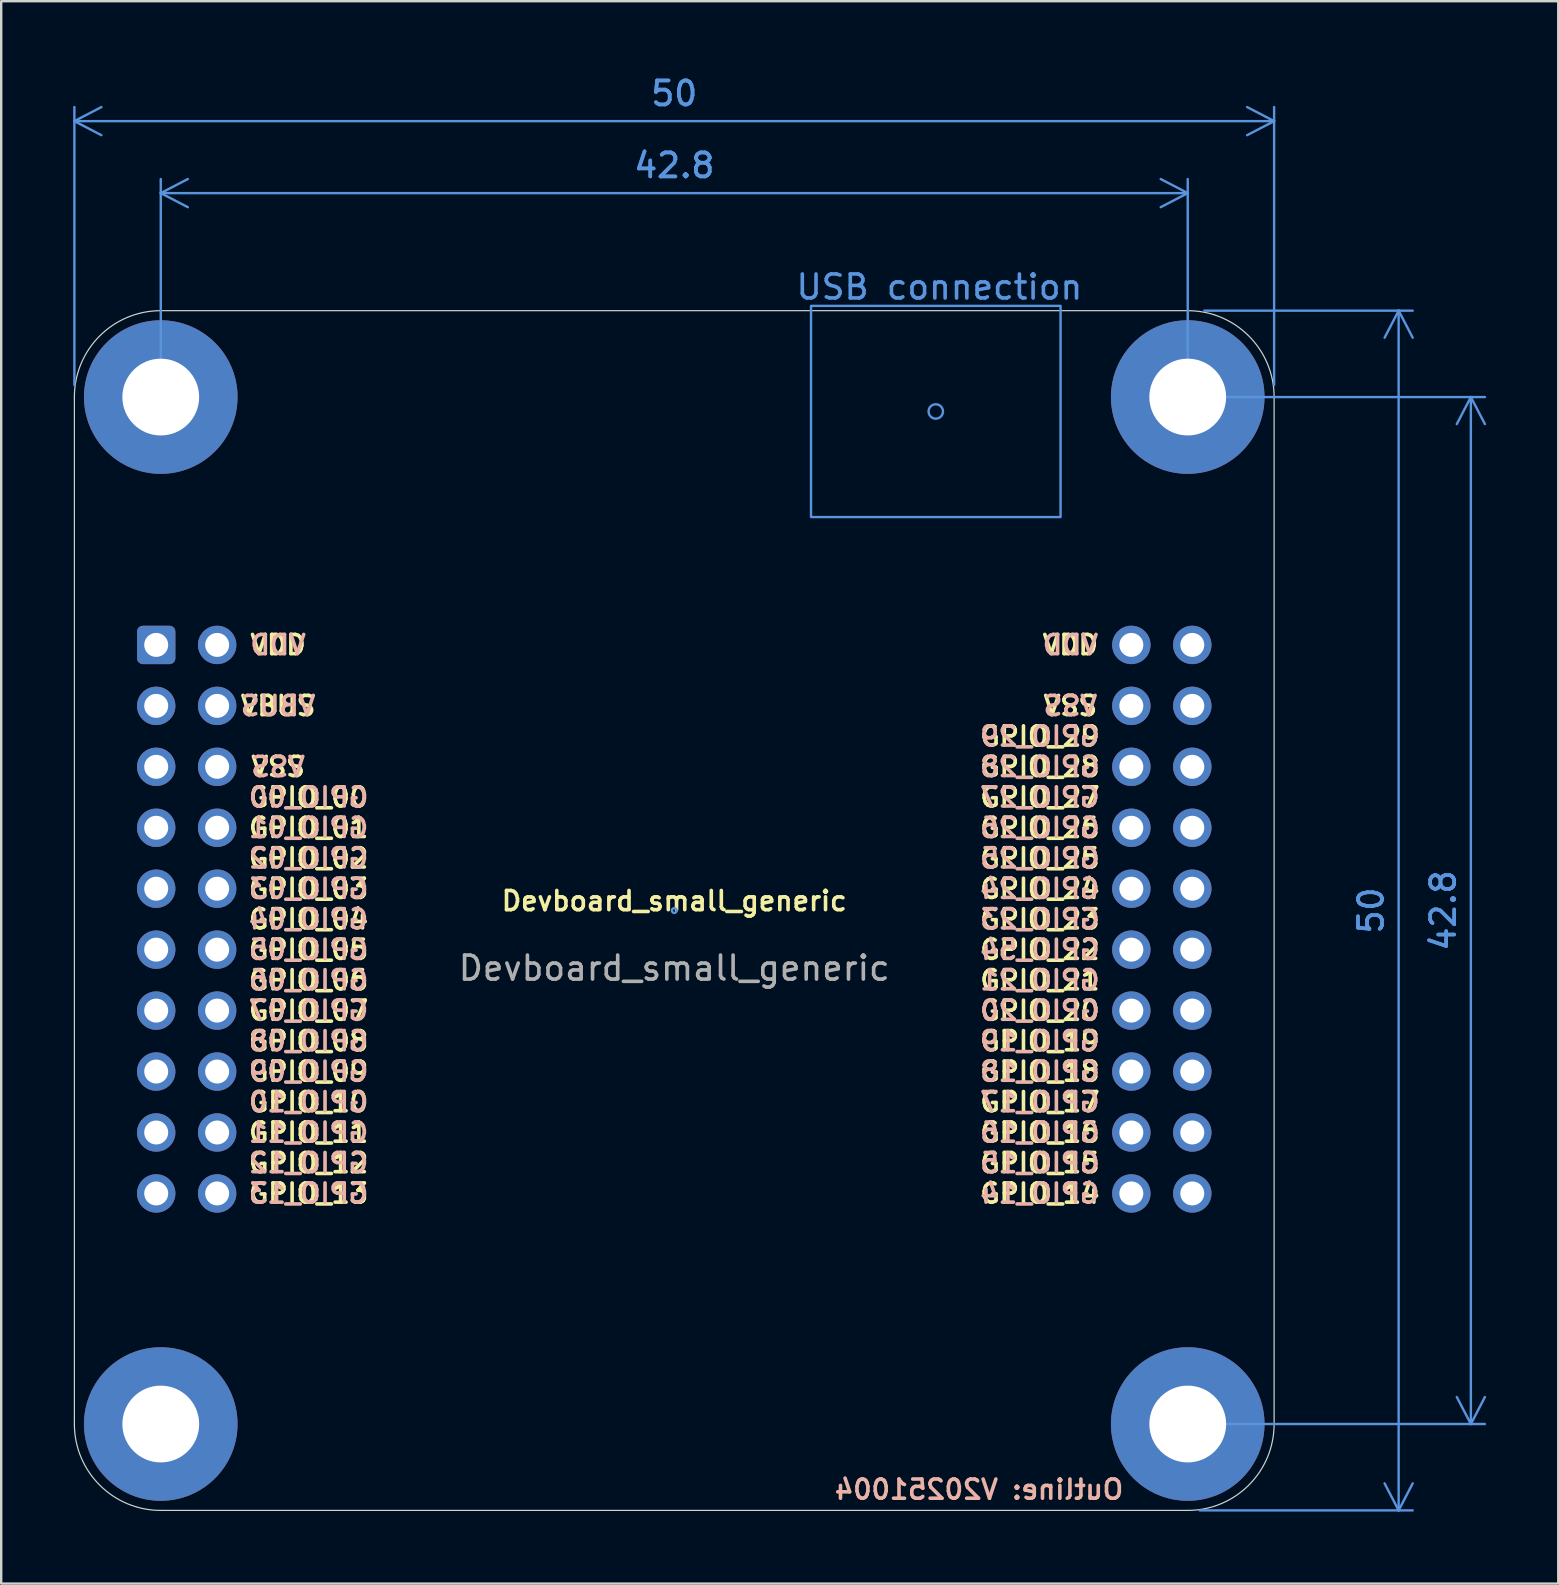
<source format=kicad_pcb>
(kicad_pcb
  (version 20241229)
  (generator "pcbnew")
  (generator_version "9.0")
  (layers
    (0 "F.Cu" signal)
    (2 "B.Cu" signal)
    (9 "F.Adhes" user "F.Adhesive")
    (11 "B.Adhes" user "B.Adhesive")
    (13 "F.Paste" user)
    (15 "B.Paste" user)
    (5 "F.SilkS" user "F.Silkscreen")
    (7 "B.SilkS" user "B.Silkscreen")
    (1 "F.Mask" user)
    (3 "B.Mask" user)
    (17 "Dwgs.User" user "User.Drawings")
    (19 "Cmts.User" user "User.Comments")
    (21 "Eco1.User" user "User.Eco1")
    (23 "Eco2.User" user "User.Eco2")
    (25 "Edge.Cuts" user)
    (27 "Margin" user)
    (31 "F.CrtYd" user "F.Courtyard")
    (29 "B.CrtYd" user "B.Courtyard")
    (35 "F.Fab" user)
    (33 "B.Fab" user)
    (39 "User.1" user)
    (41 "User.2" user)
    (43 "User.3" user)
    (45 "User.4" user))
  (footprint "Devboard_small_generic"
    (layer "F.Cu")
    (at 25.05 34.898)
    (property "Reference" "Devboard_small_generic" (at 0 -0.4 0) (unlocked yes) (layer "F.SilkS") (effects (font (size 0.8 0.8) (thickness 0.15))))
    (fp_rect (start 5.7 -25.2) (end 16.1 -16.4) (stroke (width 0.1) (type solid)) (fill no) (layer "Cmts.User"))
    (fp_circle (center 0 0) (end 0.1 0) (stroke (width 0.1) (type default)) (fill no) (layer "Cmts.User"))
    (fp_circle (center 10.9 -20.8) (end 11.2 -20.8) (stroke (width 0.1) (type default)) (fill no) (layer "Cmts.User"))
    (fp_line (start -25 21.4) (end -25 -21.4) (stroke (width 0.05) (type solid)) (layer "Edge.Cuts"))
    (fp_line (start -21.4 -25) (end 21.4 -25) (stroke (width 0.05) (type solid)) (layer "Edge.Cuts"))
    (fp_line (start 21.4 25) (end -21.4 25) (stroke (width 0.05) (type solid)) (layer "Edge.Cuts"))
    (fp_line (start 25 -21.4) (end 25 21.4) (stroke (width 0.05) (type solid)) (layer "Edge.Cuts"))
    (fp_arc (start -25 -21.4) (mid -23.945584 -23.945584) (end -21.4 -25) (stroke (width 0.05) (type solid)) (layer "Edge.Cuts"))
    (fp_arc (start -21.4 25) (mid -23.945584 23.945584) (end -25 21.4) (stroke (width 0.05) (type solid)) (layer "Edge.Cuts"))
    (fp_arc (start 21.4 -25) (mid 23.945584 -23.945584) (end 25 -21.4) (stroke (width 0.05) (type solid)) (layer "Edge.Cuts"))
    (fp_arc (start 25 21.4) (mid 23.945584 23.945584) (end 21.4 25) (stroke (width 0.05) (type solid)) (layer "Edge.Cuts"))
    (fp_text user "GPIO_01" (at -15.24 -3.45 0) (unlocked yes) (layer "F.SilkS") (effects (font (size 0.8 0.8) (thickness 0.15) (bold yes))))
    (fp_text user "GPIO_02" (at -15.24 -2.18 0) (unlocked yes) (layer "F.SilkS") (effects (font (size 0.8 0.8) (thickness 0.15) (bold yes))))
    (fp_text user "GPIO_12" (at -15.24 10.52 0) (unlocked yes) (layer "F.SilkS") (effects (font (size 0.8 0.8) (thickness 0.15) (bold yes))))
    (fp_text user "VSS" (at -16.51 -5.99 0) (unlocked yes) (layer "F.SilkS") (effects (font (size 0.8 0.8) (thickness 0.15) (bold yes))))
    (fp_text user "VDD" (at 16.51 -11.07 0) (unlocked yes) (layer "F.SilkS") (effects (font (size 0.8 0.8) (thickness 0.15) (bold yes))))
    (fp_text user "GPIO_23" (at 15.24 0.36 0) (unlocked yes) (layer "F.SilkS") (effects (font (size 0.8 0.8) (thickness 0.15) (bold yes))))
    (fp_text user "GPIO_16" (at 15.24 9.25 0) (unlocked yes) (layer "F.SilkS") (effects (font (size 0.8 0.8) (thickness 0.15) (bold yes))))
    (fp_text user "GPIO_04" (at -15.24 0.36 0) (unlocked yes) (layer "F.SilkS") (effects (font (size 0.8 0.8) (thickness 0.15) (bold yes))))
    (fp_text user "GPIO_22" (at 15.24 1.63 0) (unlocked yes) (layer "F.SilkS") (effects (font (size 0.8 0.8) (thickness 0.15) (bold yes))))
    (fp_text user "GPIO_18" (at 15.24 6.71 0) (unlocked yes) (layer "F.SilkS") (effects (font (size 0.8 0.8) (thickness 0.15) (bold yes))))
    (fp_text user "GPIO_03" (at -15.24 -0.91 0) (unlocked yes) (layer "F.SilkS") (effects (font (size 0.8 0.8) (thickness 0.15) (bold yes))))
    (fp_text user "GPIO_14" (at 15.24 11.79 0) (unlocked yes) (layer "F.SilkS") (effects (font (size 0.8 0.8) (thickness 0.15) (bold yes))))
    (fp_text user "GPIO_25" (at 15.24 -2.18 0) (unlocked yes) (layer "F.SilkS") (effects (font (size 0.8 0.8) (thickness 0.15) (bold yes))))
    (fp_text user "GPIO_15" (at 15.24 10.52 0) (unlocked yes) (layer "F.SilkS") (effects (font (size 0.8 0.8) (thickness 0.15) (bold yes))))
    (fp_text user "GPIO_13" (at -15.24 11.79 0) (unlocked yes) (layer "F.SilkS") (effects (font (size 0.8 0.8) (thickness 0.15) (bold yes))))
    (fp_text user "GPIO_26" (at 15.24 -3.45 0) (unlocked yes) (layer "F.SilkS") (effects (font (size 0.8 0.8) (thickness 0.15) (bold yes))))
    (fp_text user "GPIO_21" (at 15.24 2.9 0) (unlocked yes) (layer "F.SilkS") (effects (font (size 0.8 0.8) (thickness 0.15) (bold yes))))
    (fp_text user "GPIO_20" (at 15.24 4.17 0) (unlocked yes) (layer "F.SilkS") (effects (font (size 0.8 0.8) (thickness 0.15) (bold yes))))
    (fp_text user "GPIO_09" (at -15.24 6.71 0) (unlocked yes) (layer "F.SilkS") (effects (font (size 0.8 0.8) (thickness 0.15) (bold yes))))
    (fp_text user "VSS" (at 16.51 -8.53 0) (unlocked yes) (layer "F.SilkS") (effects (font (size 0.8 0.8) (thickness 0.15) (bold yes))))
    (fp_text user "GPIO_27" (at 15.24 -4.72 0) (unlocked yes) (layer "F.SilkS") (effects (font (size 0.8 0.8) (thickness 0.15) (bold yes))))
    (fp_text user "GPIO_05" (at -15.24 1.63 0) (unlocked yes) (layer "F.SilkS") (effects (font (size 0.8 0.8) (thickness 0.15) (bold yes))))
    (fp_text user "GPIO_06" (at -15.24 2.9 0) (unlocked yes) (layer "F.SilkS") (effects (font (size 0.8 0.8) (thickness 0.15) (bold yes))))
    (fp_text user "GPIO_08" (at -15.24 5.44 0) (unlocked yes) (layer "F.SilkS") (effects (font (size 0.8 0.8) (thickness 0.15) (bold yes))))
    (fp_text user "GPIO_17" (at 15.24 7.98 0) (unlocked yes) (layer "F.SilkS") (effects (font (size 0.8 0.8) (thickness 0.15) (bold yes))))
    (fp_text user "GPIO_24" (at 15.24 -0.91 0) (unlocked yes) (layer "F.SilkS") (effects (font (size 0.8 0.8) (thickness 0.15) (bold yes))))
    (fp_text user "GPIO_07" (at -15.24 4.17 0) (unlocked yes) (layer "F.SilkS") (effects (font (size 0.8 0.8) (thickness 0.15) (bold yes))))
    (fp_text user "GPIO_29" (at 15.24 -7.26 0) (unlocked yes) (layer "F.SilkS") (effects (font (size 0.8 0.8) (thickness 0.15) (bold yes))))
    (fp_text user "GPIO_11" (at -15.24 9.25 0) (unlocked yes) (layer "F.SilkS") (effects (font (size 0.8 0.8) (thickness 0.15) (bold yes))))
    (fp_text user "GPIO_28" (at 15.24 -5.99 0) (unlocked yes) (layer "F.SilkS") (effects (font (size 0.8 0.8) (thickness 0.15) (bold yes))))
    (fp_text user "VBUS" (at -16.51 -8.53 0) (unlocked yes) (layer "F.SilkS") (effects (font (size 0.8 0.8) (thickness 0.15) (bold yes))))
    (fp_text user "GPIO_19" (at 15.24 5.44 0) (unlocked yes) (layer "F.SilkS") (effects (font (size 0.8 0.8) (thickness 0.15) (bold yes))))
    (fp_text user "VDD" (at -16.51 -11.07 0) (unlocked yes) (layer "F.SilkS") (effects (font (size 0.8 0.8) (thickness 0.15) (bold yes))))
    (fp_text user "GPIO_00" (at -15.24 -4.72 0) (unlocked yes) (layer "F.SilkS") (effects (font (size 0.8 0.8) (thickness 0.15) (bold yes))))
    (fp_text user "GPIO_10" (at -15.24 7.98 0) (unlocked yes) (layer "F.SilkS") (effects (font (size 0.8 0.8) (thickness 0.15) (bold yes))))
    (fp_text user "GPIO_54" (at 15.24 1.63 0) (unlocked yes) (layer "B.SilkS") (effects (font (size 0.8 0.8) (thickness 0.15) (bold yes)) (justify mirror)))
    (fp_text user "GPIO_00" (at -15.24 -4.72 0) (unlocked yes) (layer "B.SilkS") (effects (font (size 0.8 0.8) (thickness 0.15) (bold yes)) (justify mirror)))
    (fp_text user "GPIO_29" (at 15.24 -7.26 0) (unlocked yes) (layer "B.SilkS") (effects (font (size 0.8 0.8) (thickness 0.15) (bold yes)) (justify mirror)))
    (fp_text user "GPIO_21" (at 15.24 2.9 0) (unlocked yes) (layer "B.SilkS") (effects (font (size 0.8 0.8) (thickness 0.15) (bold yes)) (justify mirror)))
    (fp_text user "GPIO_26" (at 15.24 -3.45 0) (unlocked yes) (layer "B.SilkS") (effects (font (size 0.8 0.8) (thickness 0.15) (bold yes)) (justify mirror)))
    (fp_text user "GPIO_13" (at -15.24 11.79 0) (unlocked yes) (layer "B.SilkS") (effects (font (size 0.8 0.8) (thickness 0.15) (bold yes)) (justify mirror)))
    (fp_text user "GPIO_19" (at 15.24 5.44 0) (unlocked yes) (layer "B.SilkS") (effects (font (size 0.8 0.8) (thickness 0.15) (bold yes)) (justify mirror)))
    (fp_text user "GPIO_23" (at 15.24 0.36 0) (unlocked yes) (layer "B.SilkS") (effects (font (size 0.8 0.8) (thickness 0.15) (bold yes)) (justify mirror)))
    (fp_text user "GPIO_01" (at -15.24 -3.45 0) (unlocked yes) (layer "B.SilkS") (effects (font (size 0.8 0.8) (thickness 0.15) (bold yes)) (justify mirror)))
    (fp_text user "GPIO_18" (at 15.24 6.71 0) (unlocked yes) (layer "B.SilkS") (effects (font (size 0.8 0.8) (thickness 0.15) (bold yes)) (justify mirror)))
    (fp_text user "GPIO_08" (at -15.24 5.44 0) (unlocked yes) (layer "B.SilkS") (effects (font (size 0.8 0.8) (thickness 0.15) (bold yes)) (justify mirror)))
    (fp_text user "GPIO_17" (at 15.24 7.98 0) (unlocked yes) (layer "B.SilkS") (effects (font (size 0.8 0.8) (thickness 0.15) (bold yes)) (justify mirror)))
    (fp_text user "GPIO_20" (at 15.24 4.17 0) (unlocked yes) (layer "B.SilkS") (effects (font (size 0.8 0.8) (thickness 0.15) (bold yes)) (justify mirror)))
    (fp_text user "GPIO_09" (at -15.24 6.71 0) (unlocked yes) (layer "B.SilkS") (effects (font (size 0.8 0.8) (thickness 0.15) (bold yes)) (justify mirror)))
    (fp_text user "VDD" (at -16.51 -11.07 0) (unlocked yes) (layer "B.SilkS") (effects (font (size 0.8 0.8) (thickness 0.15) (bold yes)) (justify mirror)))
    (fp_text user "GPIO_16" (at 15.24 9.25 0) (unlocked yes) (layer "B.SilkS") (effects (font (size 0.8 0.8) (thickness 0.15) (bold yes)) (justify mirror)))
    (fp_text user "GPIO_28" (at 15.24 -5.99 0) (unlocked yes) (layer "B.SilkS") (effects (font (size 0.8 0.8) (thickness 0.15) (bold yes)) (justify mirror)))
    (fp_text user "GPIO_27" (at 15.24 -4.72 0) (unlocked yes) (layer "B.SilkS") (effects (font (size 0.8 0.8) (thickness 0.15) (bold yes)) (justify mirror)))
    (fp_text user "GPIO_02" (at -15.24 -2.18 0) (unlocked yes) (layer "B.SilkS") (effects (font (size 0.8 0.8) (thickness 0.15) (bold yes)) (justify mirror)))
    (fp_text user "GPIO_07" (at -15.24 4.17 0) (unlocked yes) (layer "B.SilkS") (effects (font (size 0.8 0.8) (thickness 0.15) (bold yes)) (justify mirror)))
    (fp_text user "GPIO_06" (at -15.24 2.9 0) (unlocked yes) (layer "B.SilkS") (effects (font (size 0.8 0.8) (thickness 0.15) (bold yes)) (justify mirror)))
    (fp_text user "GPIO_03" (at -15.24 -0.91 0) (unlocked yes) (layer "B.SilkS") (effects (font (size 0.8 0.8) (thickness 0.15) (bold yes)) (justify mirror)))
    (fp_text user "GPIO_15" (at 15.24 10.52 0) (unlocked yes) (layer "B.SilkS") (effects (font (size 0.8 0.8) (thickness 0.15) (bold yes)) (justify mirror)))
    (fp_text user "VSS" (at 16.51 -8.53 0) (unlocked yes) (layer "B.SilkS") (effects (font (size 0.8 0.8) (thickness 0.15) (bold yes)) (justify mirror)))
    (fp_text user "VSS" (at -16.51 -5.99 0) (unlocked yes) (layer "B.SilkS") (effects (font (size 0.8 0.8) (thickness 0.15) (bold yes)) (justify mirror)))
    (fp_text user "Outline: V20251004" (at 12.7 24.13 0) (unlocked yes) (layer "B.SilkS") (effects (font (size 0.8 0.8) (thickness 0.15) (bold yes)) (justify mirror)))
    (fp_text user "GPIO_25" (at 15.24 -2.18 0) (unlocked yes) (layer "B.SilkS") (effects (font (size 0.8 0.8) (thickness 0.15) (bold yes)) (justify mirror)))
    (fp_text user "GPIO_04" (at -15.24 0.36 0) (unlocked yes) (layer "B.SilkS") (effects (font (size 0.8 0.8) (thickness 0.15) (bold yes)) (justify mirror)))
    (fp_text user "GPIO_12" (at -15.24 10.52 0) (unlocked yes) (layer "B.SilkS") (effects (font (size 0.8 0.8) (thickness 0.15) (bold yes)) (justify mirror)))
    (fp_text user "GPIO_11" (at -15.24 9.25 0) (unlocked yes) (layer "B.SilkS") (effects (font (size 0.8 0.8) (thickness 0.15) (bold yes)) (justify mirror)))
    (fp_text user "GPIO_24" (at 15.24 -0.91 0) (unlocked yes) (layer "B.SilkS") (effects (font (size 0.8 0.8) (thickness 0.15) (bold yes)) (justify mirror)))
    (fp_text user "GPIO_10" (at -15.24 7.98 0) (unlocked yes) (layer "B.SilkS") (effects (font (size 0.8 0.8) (thickness 0.15) (bold yes)) (justify mirror)))
    (fp_text user "GPIO_05" (at -15.24 1.63 0) (unlocked yes) (layer "B.SilkS") (effects (font (size 0.8 0.8) (thickness 0.15) (bold yes)) (justify mirror)))
    (fp_text user "GPIO_14" (at 15.24 11.79 0) (unlocked yes) (layer "B.SilkS") (effects (font (size 0.8 0.8) (thickness 0.15) (bold yes)) (justify mirror)))
    (fp_text user "VDD" (at 16.51 -11.07 0) (unlocked yes) (layer "B.SilkS") (effects (font (size 0.8 0.8) (thickness 0.15) (bold yes)) (justify mirror)))
    (fp_text user "VBUS" (at -16.51 -8.53 0) (unlocked yes) (layer "B.SilkS") (effects (font (size 0.8 0.8) (thickness 0.15) (bold yes)) (justify mirror)))
    (fp_text user "USB connection" (at 5 -25.4 0) (unlocked yes) (layer "Cmts.User") (effects (font (size 1 1) (thickness 0.15)) (justify left bottom)))
    (fp_text user "${REFERENCE}" (at 0 2.4 0) (unlocked yes) (layer "F.Fab") (effects (font (size 1 1) (thickness 0.15))))
    (dimension (type orthogonal) (layer "Cmts.User") (pts (xy 46.64 9.898) (xy 46.45 59.898)) (height 8.6) (orientation 1) (format (prefix "") (suffix "") (units 3) (units_format 0) (precision 4) (suppress_zeroes yes)) (style (thickness 0.1) (arrow_length 1.27) (text_position_mode 0) (arrow_direction outward) (extension_height 0.586) (extension_offset 0.5) (keep_text_aligned yes)) (gr_text "50" (at 54.09 34.898 90) (layer "Cmts.User") (effects (font (size 1 1) (thickness 0.15)))))
    (dimension (type orthogonal) (layer "Cmts.User") (pts (xy 3.65 13.498) (xy 46.45 13.498)) (height -8.5) (orientation 0) (format (prefix "") (suffix "") (units 3) (units_format 0) (precision 4) (suppress_zeroes yes)) (style (thickness 0.1) (arrow_length 1.27) (text_position_mode 0) (arrow_direction outward) (extension_height 0.586) (extension_offset 0.5) (keep_text_aligned yes)) (gr_text "42.8" (at 25.05 3.848 0) (layer "Cmts.User") (effects (font (size 1 1) (thickness 0.15)))))
    (dimension (type orthogonal) (layer "Cmts.User") (pts (xy 46.45 56.298) (xy 46.45 13.498)) (height 11.8) (orientation 1) (format (prefix "") (suffix "") (units 3) (units_format 0) (precision 4) (suppress_zeroes yes)) (style (thickness 0.1) (arrow_length 1.27) (text_position_mode 0) (arrow_direction outward) (extension_height 0.586) (extension_offset 0.5) (keep_text_aligned yes)) (gr_text "42.8" (at 57.1 34.898 90) (layer "Cmts.User") (effects (font (size 1 1) (thickness 0.15)))))
    (dimension (type orthogonal) (layer "Cmts.User") (pts (xy 0.05 13.498) (xy 50.05 13.498)) (height -11.5) (orientation 0) (format (prefix "") (suffix "") (units 3) (units_format 0) (precision 4) (suppress_zeroes yes)) (style (thickness 0.1) (arrow_length 1.27) (text_position_mode 0) (arrow_direction outward) (extension_height 0.586) (extension_offset 0.5) (keep_text_aligned yes)) (gr_text "50" (at 25.05 0.848 0) (layer "Cmts.User") (effects (font (size 1 1) (thickness 0.15)))))
    (pad "1" thru_hole roundrect (at -21.59 -11.07) (size 1.6 1.6) (drill 1) (layers "*.Cu" "*.Mask") (roundrect_rratio 0.15))
    (pad "2" thru_hole circle (at -19.05 -11.07) (size 1.6 1.6) (drill 1) (layers "*.Cu" "*.Mask"))
    (pad "3" thru_hole circle (at -21.59 -8.53) (size 1.6 1.6) (drill 1) (layers "*.Cu" "*.Mask"))
    (pad "4" thru_hole circle (at -19.05 -8.53) (size 1.6 1.6) (drill 1) (layers "*.Cu" "*.Mask"))
    (pad "5" thru_hole circle (at -21.59 -5.99) (size 1.6 1.6) (drill 1) (layers "*.Cu" "*.Mask"))
    (pad "6" thru_hole circle (at -19.05 -5.99) (size 1.6 1.6) (drill 1) (layers "*.Cu" "*.Mask"))
    (pad "7" thru_hole circle (at -21.59 -3.45) (size 1.6 1.6) (drill 1) (layers "*.Cu" "*.Mask"))
    (pad "8" thru_hole circle (at -19.05 -3.45) (size 1.6 1.6) (drill 1) (layers "*.Cu" "*.Mask"))
    (pad "9" thru_hole circle (at -21.59 -0.91) (size 1.6 1.6) (drill 1) (layers "*.Cu" "*.Mask"))
    (pad "10" thru_hole circle (at -19.05 -0.91) (size 1.6 1.6) (drill 1) (layers "*.Cu" "*.Mask"))
    (pad "11" thru_hole circle (at -21.59 1.63) (size 1.6 1.6) (drill 1) (layers "*.Cu" "*.Mask"))
    (pad "12" thru_hole circle (at -19.05 1.63) (size 1.6 1.6) (drill 1) (layers "*.Cu" "*.Mask"))
    (pad "13" thru_hole circle (at -21.59 4.17) (size 1.6 1.6) (drill 1) (layers "*.Cu" "*.Mask"))
    (pad "14" thru_hole circle (at -19.05 4.17) (size 1.6 1.6) (drill 1) (layers "*.Cu" "*.Mask"))
    (pad "15" thru_hole circle (at -21.59 6.71) (size 1.6 1.6) (drill 1) (layers "*.Cu" "*.Mask"))
    (pad "16" thru_hole circle (at -19.05 6.71) (size 1.6 1.6) (drill 1) (layers "*.Cu" "*.Mask"))
    (pad "17" thru_hole circle (at -21.59 9.25) (size 1.6 1.6) (drill 1) (layers "*.Cu" "*.Mask"))
    (pad "18" thru_hole circle (at -19.05 9.25) (size 1.6 1.6) (drill 1) (layers "*.Cu" "*.Mask"))
    (pad "19" thru_hole circle (at -21.59 11.79) (size 1.6 1.6) (drill 1) (layers "*.Cu" "*.Mask"))
    (pad "20" thru_hole circle (at -19.05 11.79) (size 1.6 1.6) (drill 1) (layers "*.Cu" "*.Mask"))
    (pad "21" thru_hole circle (at 21.59 11.79) (size 1.6 1.6) (drill 1) (layers "*.Cu" "*.Mask"))
    (pad "22" thru_hole circle (at 19.05 11.79) (size 1.6 1.6) (drill 1) (layers "*.Cu" "*.Mask"))
    (pad "23" thru_hole circle (at 21.59 9.25) (size 1.6 1.6) (drill 1) (layers "*.Cu" "*.Mask"))
    (pad "24" thru_hole circle (at 19.05 9.25) (size 1.6 1.6) (drill 1) (layers "*.Cu" "*.Mask"))
    (pad "25" thru_hole circle (at 21.59 6.71) (size 1.6 1.6) (drill 1) (layers "*.Cu" "*.Mask"))
    (pad "26" thru_hole circle (at 19.05 6.71) (size 1.6 1.6) (drill 1) (layers "*.Cu" "*.Mask"))
    (pad "27" thru_hole circle (at 21.59 4.17) (size 1.6 1.6) (drill 1) (layers "*.Cu" "*.Mask"))
    (pad "28" thru_hole circle (at 19.05 4.17) (size 1.6 1.6) (drill 1) (layers "*.Cu" "*.Mask"))
    (pad "29" thru_hole circle (at 21.59 1.63) (size 1.6 1.6) (drill 1) (layers "*.Cu" "*.Mask"))
    (pad "30" thru_hole circle (at 19.05 1.63) (size 1.6 1.6) (drill 1) (layers "*.Cu" "*.Mask"))
    (pad "31" thru_hole circle (at 21.59 -0.91) (size 1.6 1.6) (drill 1) (layers "*.Cu" "*.Mask"))
    (pad "32" thru_hole circle (at 19.05 -0.91) (size 1.6 1.6) (drill 1) (layers "*.Cu" "*.Mask"))
    (pad "33" thru_hole circle (at 21.59 -3.45) (size 1.6 1.6) (drill 1) (layers "*.Cu" "*.Mask"))
    (pad "34" thru_hole circle (at 19.05 -3.45) (size 1.6 1.6) (drill 1) (layers "*.Cu" "*.Mask"))
    (pad "35" thru_hole circle (at 21.59 -5.99) (size 1.6 1.6) (drill 1) (layers "*.Cu" "*.Mask"))
    (pad "36" thru_hole circle (at 19.05 -5.99) (size 1.6 1.6) (drill 1) (layers "*.Cu" "*.Mask"))
    (pad "37" thru_hole circle (at 21.59 -8.53) (size 1.6 1.6) (drill 1) (layers "*.Cu" "*.Mask"))
    (pad "38" thru_hole circle (at 19.05 -8.53) (size 1.6 1.6) (drill 1) (layers "*.Cu" "*.Mask"))
    (pad "39" thru_hole circle (at 21.59 -11.07) (size 1.6 1.6) (drill 1) (layers "*.Cu" "*.Mask"))
    (pad "40" thru_hole circle (at 19.05 -11.07) (size 1.6 1.6) (drill 1) (layers "*.Cu" "*.Mask"))
    (pad "M1" thru_hole circle (at -21.4 -21.4) (size 6.4 6.4) (drill 3.2) (layers "*.Cu" "*.Mask"))
    (pad "M2" thru_hole circle (at -21.4 21.4) (size 6.4 6.4) (drill 3.2) (layers "*.Cu" "*.Mask"))
    (pad "M3" thru_hole circle (at 21.4 21.4) (size 6.4 6.4) (drill 3.2) (layers "*.Cu" "*.Mask"))
    (pad "M4" thru_hole circle (at 21.4 -21.4) (size 6.4 6.4) (drill 3.2) (layers "*.Cu" "*.Mask")))
  (gr_rect
    (start -3 -3)
    (end 61.892 62.948)
    (stroke (width 0.1) (type default))
    (fill no)
    (layer "Edge.Cuts")))
</source>
